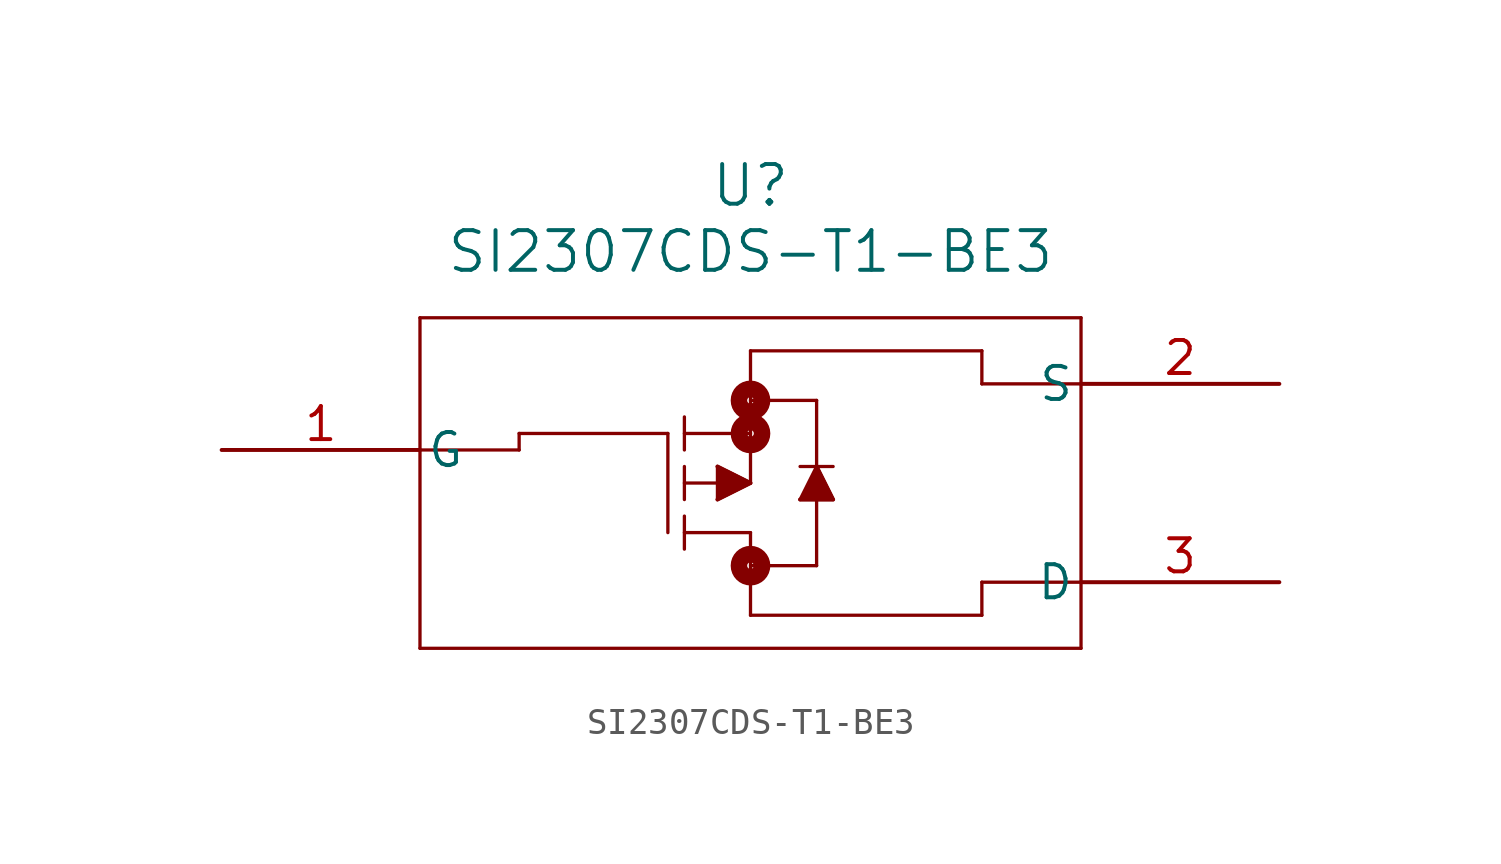
<source format=kicad_sym>
(kicad_symbol_lib
  (version 20231120)
  (generator "kicad_symbol_editor")
  (generator_version "8.0")
  (symbol "SI2307CDS-T1-BE3"
    (pin_names
      (offset 0.254))
    (property "Reference" "U"
      (at 20.32 10.16 0)
      (effects (font (size 1.524 1.524))))
    (property "Value" "SI2307CDS-T1-BE3"
      (at 20.32 7.62 0)
      (effects (font (size 1.524 1.524))))
    (symbol "SI2307CDS-T1-BE3_0_1"
      (polyline (pts (xy 7.62 -7.62) (xy 33.02 -7.62)) (stroke (width 0.127) (type default)) (fill (type none)))
      (polyline (pts (xy 7.62 5.08) (xy 7.62 -7.62)) (stroke (width 0.127) (type default)) (fill (type none)))
      (polyline (pts (xy 11.43 0) (xy 7.62 0)) (stroke (width 0.127) (type default)) (fill (type none)))
      (polyline (pts (xy 11.43 0.635) (xy 11.43 0)) (stroke (width 0.127) (type default)) (fill (type none)))
      (polyline (pts (xy 17.145 -3.175) (xy 17.145 0.635)) (stroke (width 0.127) (type default)) (fill (type none)))
      (polyline (pts (xy 17.145 0.635) (xy 11.43 0.635)) (stroke (width 0.127) (type default)) (fill (type none)))
      (polyline (pts (xy 17.78 -3.175) (xy 20.32 -3.175)) (stroke (width 0.127) (type default)) (fill (type none)))
      (polyline (pts (xy 17.78 -2.54) (xy 17.78 -3.81)) (stroke (width 0.127) (type default)) (fill (type none)))
      (polyline (pts (xy 17.78 -0.635) (xy 17.78 -1.905)) (stroke (width 0.127) (type default)) (fill (type none)))
      (polyline (pts (xy 17.78 0) (xy 17.78 1.27)) (stroke (width 0.127) (type default)) (fill (type none)))
      (polyline (pts (xy 17.78 0.635) (xy 20.32 0.635)) (stroke (width 0.127) (type default)) (fill (type none)))
      (polyline (pts (xy 19.05 -1.905) (xy 20.32 -1.27)) (stroke (width 0.127) (type default)) (fill (type none)))
      (polyline (pts (xy 19.05 -0.635) (xy 19.05 -1.905)) (stroke (width 0.127) (type default)) (fill (type none)))
      (polyline (pts (xy 20.32 -6.35) (xy 29.21 -6.35)) (stroke (width 0.127) (type default)) (fill (type none)))
      (polyline (pts (xy 20.32 -4.445) (xy 22.86 -4.445)) (stroke (width 0.127) (type default)) (fill (type none)))
      (polyline (pts (xy 20.32 -3.175) (xy 20.32 -6.35)) (stroke (width 0.127) (type default)) (fill (type none)))
      (polyline (pts (xy 20.32 -1.27) (xy 17.78 -1.27)) (stroke (width 0.127) (type default)) (fill (type none)))
      (polyline (pts (xy 20.32 -1.27) (xy 19.05 -0.635)) (stroke (width 0.127) (type default)) (fill (type none)))
      (polyline (pts (xy 20.32 -1.27) (xy 20.32 3.81)) (stroke (width 0.127) (type default)) (fill (type none)))
      (polyline (pts (xy 20.32 3.81) (xy 29.21 3.81)) (stroke (width 0.127) (type default)) (fill (type none)))
      (polyline (pts (xy 22.225 -1.905) (xy 23.495 -1.905)) (stroke (width 0.127) (type default)) (fill (type none)))
      (polyline (pts (xy 22.225 -0.635) (xy 23.495 -0.635)) (stroke (width 0.127) (type default)) (fill (type none)))
      (polyline (pts (xy 22.86 -4.445) (xy 22.86 1.905)) (stroke (width 0.127) (type default)) (fill (type none)))
      (polyline (pts (xy 22.86 -0.635) (xy 22.225 -1.905)) (stroke (width 0.127) (type default)) (fill (type none)))
      (polyline (pts (xy 22.86 1.905) (xy 20.32 1.905)) (stroke (width 0.127) (type default)) (fill (type none)))
      (polyline (pts (xy 23.495 -1.905) (xy 22.86 -0.635)) (stroke (width 0.127) (type default)) (fill (type none)))
      (polyline (pts (xy 29.21 -5.08) (xy 29.21 -6.35)) (stroke (width 0.127) (type default)) (fill (type none)))
      (polyline (pts (xy 29.21 2.54) (xy 29.21 3.81)) (stroke (width 0.127) (type default)) (fill (type none)))
      (polyline (pts (xy 33.02 -7.62) (xy 33.02 5.08)) (stroke (width 0.127) (type default)) (fill (type none)))
      (polyline (pts (xy 33.02 -5.08) (xy 29.21 -5.08)) (stroke (width 0.127) (type default)) (fill (type none)))
      (polyline (pts (xy 33.02 2.54) (xy 29.21 2.54)) (stroke (width 0.127) (type default)) (fill (type none)))
      (polyline (pts (xy 33.02 5.08) (xy 7.62 5.08)) (stroke (width 0.127) (type default)) (fill (type none)))
      (polyline (pts (xy 19.05 -0.635) (xy 20.32 -1.27) (xy 19.05 -1.905)) (stroke (width 0) (type default)) (fill (type outline)))
      (polyline (pts (xy 22.225 -1.905) (xy 23.495 -1.905) (xy 22.86 -0.635)) (stroke (width 0) (type default)) (fill (type outline)))
      (circle (center 20.32 -4.445) (radius 0.127) (stroke (width 0.635) (type default)) (fill (type none)))
      (circle (center 20.32 0.635) (radius 0.127) (stroke (width 0.635) (type default)) (fill (type none)))
      (circle (center 20.32 1.905) (radius 0.127) (stroke (width 0.635) (type default)) (fill (type none)))
      (pin unspecified line (at 0 0 0) (length 7.62) (name "G" (effects (font (size 1.27 1.27)))) (number "1" (effects (font (size 1.27 1.27)))))
      (pin unspecified line (at 40.64 2.54 180) (length 7.62) (name "S" (effects (font (size 1.27 1.27)))) (number "2" (effects (font (size 1.27 1.27)))))
      (pin unspecified line (at 40.64 -5.08 180) (length 7.62) (name "D" (effects (font (size 1.27 1.27)))) (number "3" (effects (font (size 1.27 1.27))))))))
</source>
